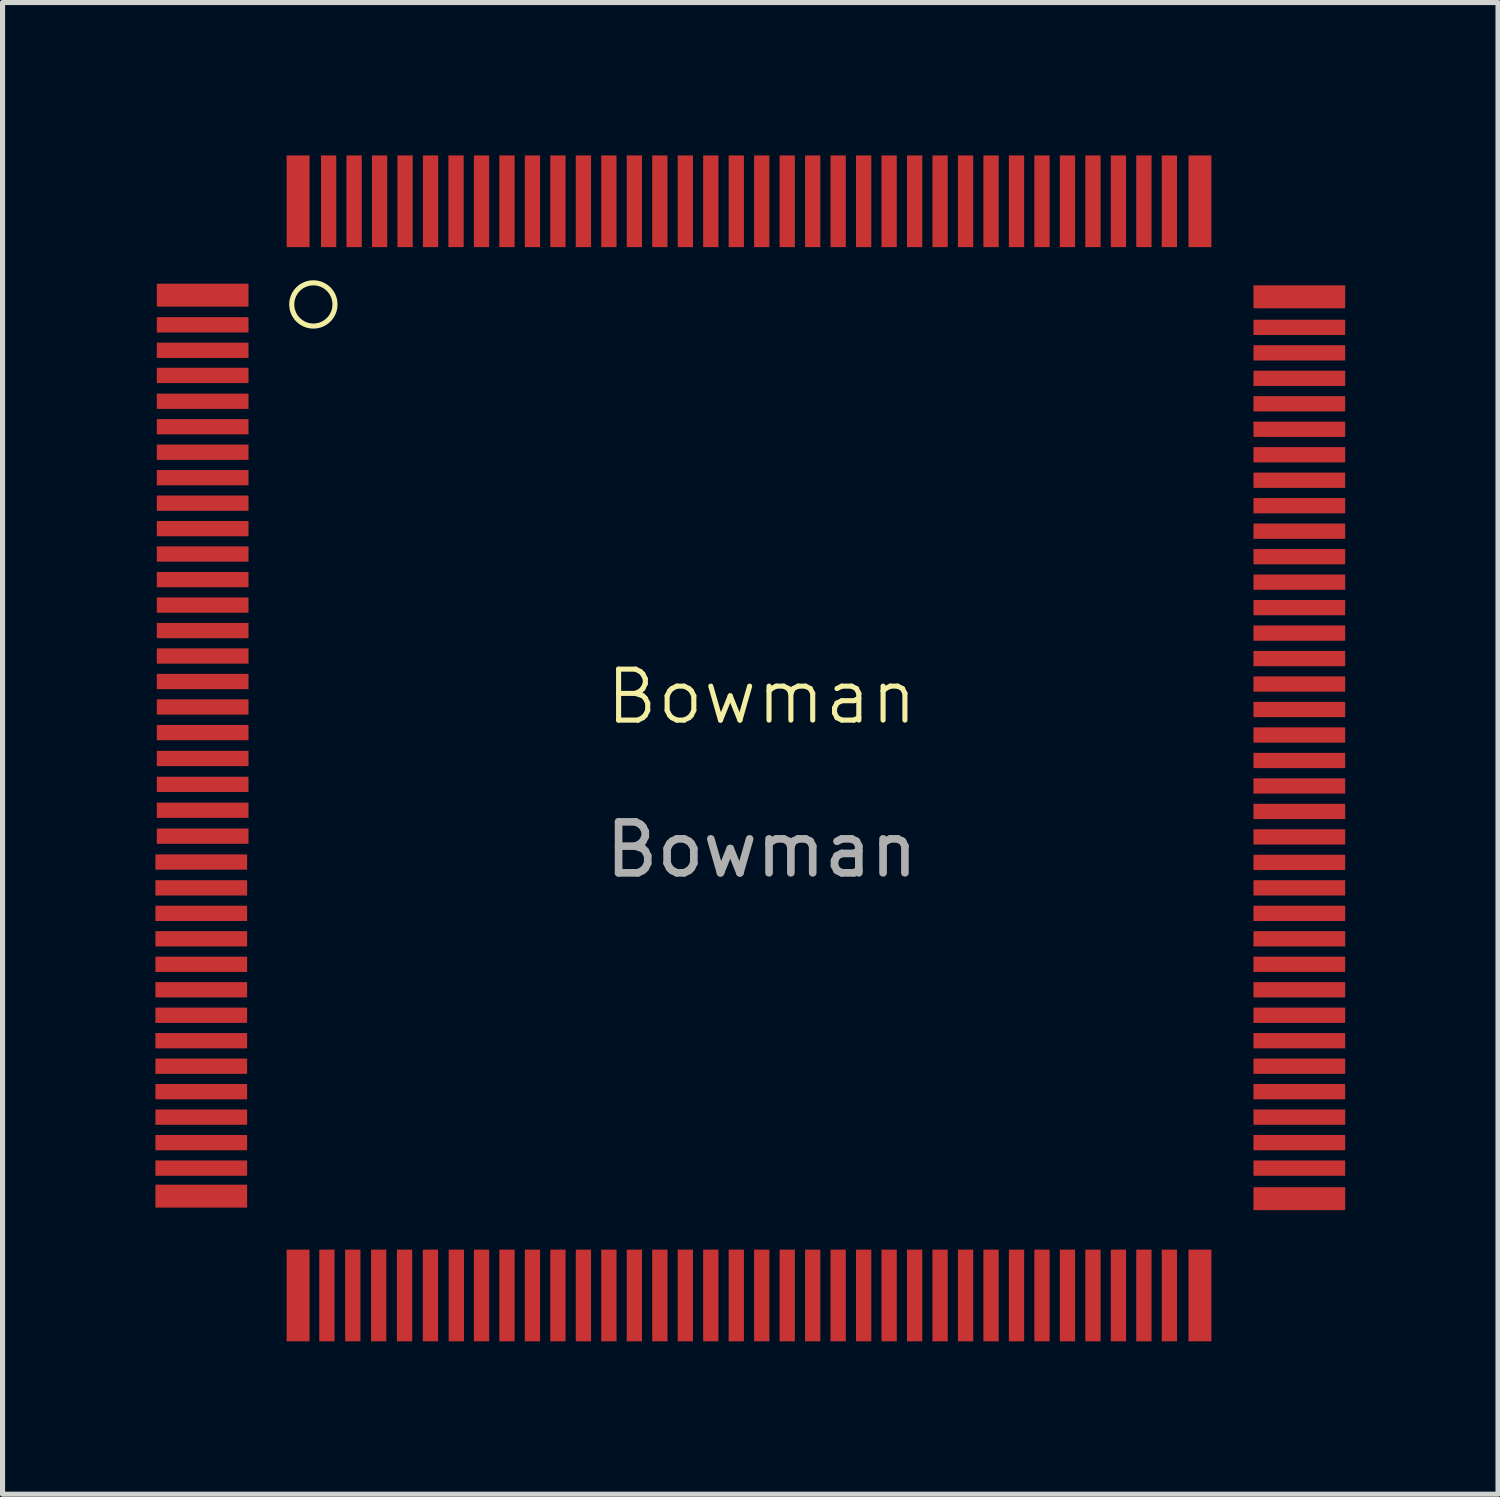
<source format=kicad_pcb>
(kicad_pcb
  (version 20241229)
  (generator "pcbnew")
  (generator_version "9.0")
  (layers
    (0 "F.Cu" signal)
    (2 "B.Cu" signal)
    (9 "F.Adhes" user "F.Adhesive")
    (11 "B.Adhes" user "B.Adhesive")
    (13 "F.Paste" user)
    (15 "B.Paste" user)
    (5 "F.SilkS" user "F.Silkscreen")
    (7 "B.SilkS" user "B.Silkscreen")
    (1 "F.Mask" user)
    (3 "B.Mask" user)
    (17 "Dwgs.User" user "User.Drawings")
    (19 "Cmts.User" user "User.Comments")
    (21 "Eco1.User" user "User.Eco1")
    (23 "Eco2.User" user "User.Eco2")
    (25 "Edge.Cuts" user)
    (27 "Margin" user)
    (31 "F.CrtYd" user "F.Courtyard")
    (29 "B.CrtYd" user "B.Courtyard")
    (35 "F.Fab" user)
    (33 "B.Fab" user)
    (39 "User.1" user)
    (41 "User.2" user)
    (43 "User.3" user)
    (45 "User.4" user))
  (footprint "Bowman"
    (layer "F.Cu")
    (at 11.9 11.125)
    (property "Reference" "Bowman" (at 0 -0.5 0) (unlocked yes) (layer "F.SilkS") (effects (font (size 1 1) (thickness 0.1))))
    (attr smd)
    (fp_circle (center -8.8 -8.2) (end -8.5 -7.9) (stroke (width 0.1) (type default)) (fill no) (layer "F.SilkS"))
    (fp_text user "${REFERENCE}" (at 0 2.5 0) (unlocked yes) (layer "F.Fab") (effects (font (size 1 1) (thickness 0.15))))
    (pad "1" smd rect (at -10.973 -8.382) (size 1.8 0.45) (layers "F.Cu" "F.Mask" "F.Paste"))
    (pad "2" smd rect (at -10.973 -7.8) (size 1.8 0.3) (layers "F.Cu" "F.Mask" "F.Paste"))
    (pad "3" smd rect (at -10.973 -7.3) (size 1.8 0.3) (layers "F.Cu" "F.Mask" "F.Paste"))
    (pad "4" smd rect (at -10.973 -6.807) (size 1.8 0.3) (layers "F.Cu" "F.Mask" "F.Paste"))
    (pad "5" smd rect (at -10.973 -6.3) (size 1.8 0.3) (layers "F.Cu" "F.Mask" "F.Paste"))
    (pad "6" smd rect (at -10.973 -5.8) (size 1.8 0.3) (layers "F.Cu" "F.Mask" "F.Paste"))
    (pad "7" smd rect (at -10.973 -5.3) (size 1.8 0.3) (layers "F.Cu" "F.Mask" "F.Paste"))
    (pad "8" smd rect (at -10.973 -4.8) (size 1.8 0.3) (layers "F.Cu" "F.Mask" "F.Paste"))
    (pad "9" smd rect (at -10.973 -4.3) (size 1.8 0.3) (layers "F.Cu" "F.Mask" "F.Paste"))
    (pad "10" smd rect (at -10.973 -3.8) (size 1.8 0.3) (layers "F.Cu" "F.Mask" "F.Paste"))
    (pad "11" smd rect (at -10.973 -3.302) (size 1.8 0.3) (layers "F.Cu" "F.Mask" "F.Paste"))
    (pad "12" smd rect (at -10.973 -2.8) (size 1.8 0.3) (layers "F.Cu" "F.Mask" "F.Paste"))
    (pad "13" smd rect (at -10.973 -2.3) (size 1.8 0.3) (layers "F.Cu" "F.Mask" "F.Paste"))
    (pad "14" smd rect (at -10.973 -1.8) (size 1.8 0.3) (layers "F.Cu" "F.Mask" "F.Paste"))
    (pad "15" smd rect (at -10.973 -1.3) (size 1.8 0.3) (layers "F.Cu" "F.Mask" "F.Paste"))
    (pad "16" smd rect (at -10.973 -0.8) (size 1.8 0.3) (layers "F.Cu" "F.Mask" "F.Paste"))
    (pad "17" smd rect (at -10.973 -0.3) (size 1.8 0.3) (layers "F.Cu" "F.Mask" "F.Paste"))
    (pad "18" smd rect (at -10.973 0.203) (size 1.8 0.3) (layers "F.Cu" "F.Mask" "F.Paste"))
    (pad "19" smd rect (at -10.973 0.711) (size 1.8 0.3) (layers "F.Cu" "F.Mask" "F.Paste"))
    (pad "20" smd rect (at -10.973 1.219) (size 1.8 0.3) (layers "F.Cu" "F.Mask" "F.Paste"))
    (pad "21" smd rect (at -10.973 1.727) (size 1.8 0.3) (layers "F.Cu" "F.Mask" "F.Paste"))
    (pad "22" smd rect (at -10.973 2.235) (size 1.8 0.3) (layers "F.Cu" "F.Mask" "F.Paste"))
    (pad "23" smd rect (at -11 2.743) (size 1.8 0.3) (layers "F.Cu" "F.Mask" "F.Paste"))
    (pad "24" smd rect (at -11 3.25) (size 1.8 0.3) (layers "F.Cu" "F.Mask" "F.Paste"))
    (pad "25" smd rect (at -11 3.75) (size 1.8 0.3) (layers "F.Cu" "F.Mask" "F.Paste"))
    (pad "26" smd rect (at -11 4.25) (size 1.8 0.3) (layers "F.Cu" "F.Mask" "F.Paste"))
    (pad "27" smd rect (at -11 4.75) (size 1.8 0.3) (layers "F.Cu" "F.Mask" "F.Paste"))
    (pad "28" smd rect (at -11 5.25) (size 1.8 0.3) (layers "F.Cu" "F.Mask" "F.Paste"))
    (pad "29" smd rect (at -11 5.75) (size 1.8 0.3) (layers "F.Cu" "F.Mask" "F.Paste"))
    (pad "30" smd rect (at -11 6.25) (size 1.8 0.3) (layers "F.Cu" "F.Mask" "F.Paste"))
    (pad "31" smd rect (at -11 6.75) (size 1.8 0.3) (layers "F.Cu" "F.Mask" "F.Paste"))
    (pad "32" smd rect (at -11 7.25) (size 1.8 0.3) (layers "F.Cu" "F.Mask" "F.Paste"))
    (pad "33" smd rect (at -11 7.75) (size 1.8 0.3) (layers "F.Cu" "F.Mask" "F.Paste"))
    (pad "34" smd rect (at -11 8.25) (size 1.8 0.3) (layers "F.Cu" "F.Mask" "F.Paste"))
    (pad "35" smd rect (at -11 8.75) (size 1.8 0.3) (layers "F.Cu" "F.Mask" "F.Paste"))
    (pad "36" smd rect (at -11 9.3) (size 1.8 0.45) (layers "F.Cu" "F.Mask" "F.Paste"))
    (pad "37" smd rect (at -9.1 11.25 90) (size 1.8 0.45) (layers "F.Cu" "F.Mask" "F.Paste"))
    (pad "38" smd rect (at -8.534 11.25 90) (size 1.8 0.3) (layers "F.Cu" "F.Mask" "F.Paste"))
    (pad "39" smd rect (at -8.026 11.25 90) (size 1.8 0.3) (layers "F.Cu" "F.Mask" "F.Paste"))
    (pad "40" smd rect (at -7.518 11.25 90) (size 1.8 0.3) (layers "F.Cu" "F.Mask" "F.Paste"))
    (pad "41" smd rect (at -7.01 11.25 90) (size 1.8 0.3) (layers "F.Cu" "F.Mask" "F.Paste"))
    (pad "42" smd rect (at -6.502 11.25 90) (size 1.8 0.3) (layers "F.Cu" "F.Mask" "F.Paste"))
    (pad "43" smd rect (at -5.994 11.25 90) (size 1.8 0.3) (layers "F.Cu" "F.Mask" "F.Paste"))
    (pad "44" smd rect (at -5.5 11.25 90) (size 1.8 0.3) (layers "F.Cu" "F.Mask" "F.Paste"))
    (pad "45" smd rect (at -5 11.25 90) (size 1.8 0.3) (layers "F.Cu" "F.Mask" "F.Paste"))
    (pad "46" smd rect (at -4.5 11.25 90) (size 1.8 0.3) (layers "F.Cu" "F.Mask" "F.Paste"))
    (pad "47" smd rect (at -4 11.25 90) (size 1.8 0.3) (layers "F.Cu" "F.Mask" "F.Paste"))
    (pad "48" smd rect (at -3.5 11.25 90) (size 1.8 0.3) (layers "F.Cu" "F.Mask" "F.Paste"))
    (pad "49" smd rect (at -3 11.25 90) (size 1.8 0.3) (layers "F.Cu" "F.Mask" "F.Paste"))
    (pad "50" smd rect (at -2.5 11.25 90) (size 1.8 0.3) (layers "F.Cu" "F.Mask" "F.Paste"))
    (pad "51" smd rect (at -2 11.25 90) (size 1.8 0.3) (layers "F.Cu" "F.Mask" "F.Paste"))
    (pad "52" smd rect (at -1.5 11.25 90) (size 1.8 0.3) (layers "F.Cu" "F.Mask" "F.Paste"))
    (pad "53" smd rect (at -1 11.25 90) (size 1.8 0.3) (layers "F.Cu" "F.Mask" "F.Paste"))
    (pad "54" smd rect (at -0.5 11.25 90) (size 1.8 0.3) (layers "F.Cu" "F.Mask" "F.Paste"))
    (pad "55" smd rect (at 0 11.25 90) (size 1.8 0.3) (layers "F.Cu" "F.Mask" "F.Paste"))
    (pad "56" smd rect (at 0.5 11.25 90) (size 1.8 0.3) (layers "F.Cu" "F.Mask" "F.Paste"))
    (pad "57" smd rect (at 1 11.25 90) (size 1.8 0.3) (layers "F.Cu" "F.Mask" "F.Paste"))
    (pad "58" smd rect (at 1.5 11.25 90) (size 1.8 0.3) (layers "F.Cu" "F.Mask" "F.Paste"))
    (pad "59" smd rect (at 2 11.25 90) (size 1.8 0.3) (layers "F.Cu" "F.Mask" "F.Paste"))
    (pad "60" smd rect (at 2.5 11.25 90) (size 1.8 0.3) (layers "F.Cu" "F.Mask" "F.Paste"))
    (pad "61" smd rect (at 3 11.25 90) (size 1.8 0.3) (layers "F.Cu" "F.Mask" "F.Paste"))
    (pad "62" smd rect (at 3.5 11.25 90) (size 1.8 0.3) (layers "F.Cu" "F.Mask" "F.Paste"))
    (pad "63" smd rect (at 4 11.25 90) (size 1.8 0.3) (layers "F.Cu" "F.Mask" "F.Paste"))
    (pad "64" smd rect (at 4.5 11.25 90) (size 1.8 0.3) (layers "F.Cu" "F.Mask" "F.Paste"))
    (pad "65" smd rect (at 5 11.25 90) (size 1.8 0.3) (layers "F.Cu" "F.Mask" "F.Paste"))
    (pad "66" smd rect (at 5.5 11.25 90) (size 1.8 0.3) (layers "F.Cu" "F.Mask" "F.Paste"))
    (pad "67" smd rect (at 6 11.25 90) (size 1.8 0.3) (layers "F.Cu" "F.Mask" "F.Paste"))
    (pad "68" smd rect (at 6.5 11.25 90) (size 1.8 0.3) (layers "F.Cu" "F.Mask" "F.Paste"))
    (pad "69" smd rect (at 7 11.25 90) (size 1.8 0.3) (layers "F.Cu" "F.Mask" "F.Paste"))
    (pad "70" smd rect (at 7.5 11.25 90) (size 1.8 0.3) (layers "F.Cu" "F.Mask" "F.Paste"))
    (pad "71" smd rect (at 8 11.25 90) (size 1.8 0.3) (layers "F.Cu" "F.Mask" "F.Paste"))
    (pad "72" smd rect (at 8.6 11.25 90) (size 1.8 0.45) (layers "F.Cu" "F.Mask" "F.Paste"))
    (pad "73" smd rect (at 10.55 9.35 180) (size 1.8 0.45) (layers "F.Cu" "F.Mask" "F.Paste"))
    (pad "74" smd rect (at 10.55 8.75 180) (size 1.8 0.3) (layers "F.Cu" "F.Mask" "F.Paste"))
    (pad "75" smd rect (at 10.55 8.25 180) (size 1.8 0.3) (layers "F.Cu" "F.Mask" "F.Paste"))
    (pad "76" smd rect (at 10.55 7.75 180) (size 1.8 0.3) (layers "F.Cu" "F.Mask" "F.Paste"))
    (pad "77" smd rect (at 10.55 7.25 180) (size 1.8 0.3) (layers "F.Cu" "F.Mask" "F.Paste"))
    (pad "78" smd rect (at 10.55 6.75 180) (size 1.8 0.3) (layers "F.Cu" "F.Mask" "F.Paste"))
    (pad "79" smd rect (at 10.55 6.25 180) (size 1.8 0.3) (layers "F.Cu" "F.Mask" "F.Paste"))
    (pad "80" smd rect (at 10.55 5.75 180) (size 1.8 0.3) (layers "F.Cu" "F.Mask" "F.Paste"))
    (pad "81" smd rect (at 10.55 5.25 180) (size 1.8 0.3) (layers "F.Cu" "F.Mask" "F.Paste"))
    (pad "82" smd rect (at 10.55 4.75 180) (size 1.8 0.3) (layers "F.Cu" "F.Mask" "F.Paste"))
    (pad "83" smd rect (at 10.55 4.25 180) (size 1.8 0.3) (layers "F.Cu" "F.Mask" "F.Paste"))
    (pad "84" smd rect (at 10.55 3.75 180) (size 1.8 0.3) (layers "F.Cu" "F.Mask" "F.Paste"))
    (pad "85" smd rect (at 10.55 3.25 180) (size 1.8 0.3) (layers "F.Cu" "F.Mask" "F.Paste"))
    (pad "86" smd rect (at 10.55 2.75 180) (size 1.8 0.3) (layers "F.Cu" "F.Mask" "F.Paste"))
    (pad "87" smd rect (at 10.55 2.25 180) (size 1.8 0.3) (layers "F.Cu" "F.Mask" "F.Paste"))
    (pad "88" smd rect (at 10.55 1.75 180) (size 1.8 0.3) (layers "F.Cu" "F.Mask" "F.Paste"))
    (pad "89" smd rect (at 10.55 1.25 180) (size 1.8 0.3) (layers "F.Cu" "F.Mask" "F.Paste"))
    (pad "90" smd rect (at 10.55 0.75 180) (size 1.8 0.3) (layers "F.Cu" "F.Mask" "F.Paste"))
    (pad "91" smd rect (at 10.55 0.25 180) (size 1.8 0.3) (layers "F.Cu" "F.Mask" "F.Paste"))
    (pad "92" smd rect (at 10.55 -0.25 180) (size 1.8 0.3) (layers "F.Cu" "F.Mask" "F.Paste"))
    (pad "93" smd rect (at 10.55 -0.75 180) (size 1.8 0.3) (layers "F.Cu" "F.Mask" "F.Paste"))
    (pad "94" smd rect (at 10.55 -1.25 180) (size 1.8 0.3) (layers "F.Cu" "F.Mask" "F.Paste"))
    (pad "95" smd rect (at 10.55 -1.75 180) (size 1.8 0.3) (layers "F.Cu" "F.Mask" "F.Paste"))
    (pad "96" smd rect (at 10.55 -2.25 180) (size 1.8 0.3) (layers "F.Cu" "F.Mask" "F.Paste"))
    (pad "97" smd rect (at 10.55 -2.75 180) (size 1.8 0.3) (layers "F.Cu" "F.Mask" "F.Paste"))
    (pad "98" smd rect (at 10.55 -3.25 180) (size 1.8 0.3) (layers "F.Cu" "F.Mask" "F.Paste"))
    (pad "99" smd rect (at 10.55 -3.75 180) (size 1.8 0.3) (layers "F.Cu" "F.Mask" "F.Paste"))
    (pad "100" smd rect (at 10.55 -4.25 180) (size 1.8 0.3) (layers "F.Cu" "F.Mask" "F.Paste"))
    (pad "101" smd rect (at 10.55 -4.75 180) (size 1.8 0.3) (layers "F.Cu" "F.Mask" "F.Paste"))
    (pad "102" smd rect (at 10.55 -5.25 180) (size 1.8 0.3) (layers "F.Cu" "F.Mask" "F.Paste"))
    (pad "103" smd rect (at 10.55 -5.75 180) (size 1.8 0.3) (layers "F.Cu" "F.Mask" "F.Paste"))
    (pad "104" smd rect (at 10.55 -6.25 180) (size 1.8 0.3) (layers "F.Cu" "F.Mask" "F.Paste"))
    (pad "105" smd rect (at 10.55 -6.75 180) (size 1.8 0.3) (layers "F.Cu" "F.Mask" "F.Paste"))
    (pad "106" smd rect (at 10.55 -7.25 180) (size 1.8 0.3) (layers "F.Cu" "F.Mask" "F.Paste"))
    (pad "107" smd rect (at 10.55 -7.75 180) (size 1.8 0.3) (layers "F.Cu" "F.Mask" "F.Paste"))
    (pad "108" smd rect (at 10.55 -8.35 180) (size 1.8 0.45) (layers "F.Cu" "F.Mask" "F.Paste"))
    (pad "109" smd rect (at 8.6 -10.225 270) (size 1.8 0.45) (layers "F.Cu" "F.Mask" "F.Paste"))
    (pad "110" smd rect (at 8 -10.225 270) (size 1.8 0.3) (layers "F.Cu" "F.Mask" "F.Paste"))
    (pad "111" smd rect (at 7.5 -10.225 270) (size 1.8 0.3) (layers "F.Cu" "F.Mask" "F.Paste"))
    (pad "112" smd rect (at 7 -10.225 270) (size 1.8 0.3) (layers "F.Cu" "F.Mask" "F.Paste"))
    (pad "113" smd rect (at 6.5 -10.225 270) (size 1.8 0.3) (layers "F.Cu" "F.Mask" "F.Paste"))
    (pad "114" smd rect (at 6 -10.225 270) (size 1.8 0.3) (layers "F.Cu" "F.Mask" "F.Paste"))
    (pad "115" smd rect (at 5.5 -10.225 270) (size 1.8 0.3) (layers "F.Cu" "F.Mask" "F.Paste"))
    (pad "116" smd rect (at 5 -10.225 270) (size 1.8 0.3) (layers "F.Cu" "F.Mask" "F.Paste"))
    (pad "117" smd rect (at 4.5 -10.225 270) (size 1.8 0.3) (layers "F.Cu" "F.Mask" "F.Paste"))
    (pad "118" smd rect (at 4 -10.225 270) (size 1.8 0.3) (layers "F.Cu" "F.Mask" "F.Paste"))
    (pad "119" smd rect (at 3.5 -10.225 270) (size 1.8 0.3) (layers "F.Cu" "F.Mask" "F.Paste"))
    (pad "120" smd rect (at 3 -10.225 270) (size 1.8 0.3) (layers "F.Cu" "F.Mask" "F.Paste"))
    (pad "121" smd rect (at 2.5 -10.225 270) (size 1.8 0.3) (layers "F.Cu" "F.Mask" "F.Paste"))
    (pad "122" smd rect (at 2 -10.225 270) (size 1.8 0.3) (layers "F.Cu" "F.Mask" "F.Paste"))
    (pad "123" smd rect (at 1.5 -10.225 270) (size 1.8 0.3) (layers "F.Cu" "F.Mask" "F.Paste"))
    (pad "124" smd rect (at 1 -10.225 270) (size 1.8 0.3) (layers "F.Cu" "F.Mask" "F.Paste"))
    (pad "125" smd rect (at 0.5 -10.225 270) (size 1.8 0.3) (layers "F.Cu" "F.Mask" "F.Paste"))
    (pad "126" smd rect (at 0 -10.225 270) (size 1.8 0.3) (layers "F.Cu" "F.Mask" "F.Paste"))
    (pad "127" smd rect (at -0.5 -10.225 270) (size 1.8 0.3) (layers "F.Cu" "F.Mask" "F.Paste"))
    (pad "128" smd rect (at -1 -10.225 270) (size 1.8 0.3) (layers "F.Cu" "F.Mask" "F.Paste"))
    (pad "129" smd rect (at -1.5 -10.225 270) (size 1.8 0.3) (layers "F.Cu" "F.Mask" "F.Paste"))
    (pad "130" smd rect (at -2 -10.225 270) (size 1.8 0.3) (layers "F.Cu" "F.Mask" "F.Paste"))
    (pad "131" smd rect (at -2.5 -10.225 270) (size 1.8 0.3) (layers "F.Cu" "F.Mask" "F.Paste"))
    (pad "132" smd rect (at -3 -10.225 270) (size 1.8 0.3) (layers "F.Cu" "F.Mask" "F.Paste"))
    (pad "133" smd rect (at -3.5 -10.225 270) (size 1.8 0.3) (layers "F.Cu" "F.Mask" "F.Paste"))
    (pad "134" smd rect (at -4 -10.225 270) (size 1.8 0.3) (layers "F.Cu" "F.Mask" "F.Paste"))
    (pad "135" smd rect (at -4.5 -10.225 270) (size 1.8 0.3) (layers "F.Cu" "F.Mask" "F.Paste"))
    (pad "136" smd rect (at -5 -10.225 270) (size 1.8 0.3) (layers "F.Cu" "F.Mask" "F.Paste"))
    (pad "137" smd rect (at -5.5 -10.225 270) (size 1.8 0.3) (layers "F.Cu" "F.Mask" "F.Paste"))
    (pad "138" smd rect (at -6 -10.225 270) (size 1.8 0.3) (layers "F.Cu" "F.Mask" "F.Paste"))
    (pad "139" smd rect (at -6.5 -10.225 270) (size 1.8 0.3) (layers "F.Cu" "F.Mask" "F.Paste"))
    (pad "140" smd rect (at -7 -10.225 270) (size 1.8 0.3) (layers "F.Cu" "F.Mask" "F.Paste"))
    (pad "141" smd rect (at -7.5 -10.225 270) (size 1.8 0.3) (layers "F.Cu" "F.Mask" "F.Paste"))
    (pad "142" smd rect (at -8 -10.225 270) (size 1.8 0.3) (layers "F.Cu" "F.Mask" "F.Paste"))
    (pad "143" smd rect (at -8.5 -10.225 270) (size 1.8 0.3) (layers "F.Cu" "F.Mask" "F.Paste"))
    (pad "144" smd rect (at -9.1 -10.225 270) (size 1.8 0.45) (layers "F.Cu" "F.Mask" "F.Paste")))
  (gr_rect
    (start -3 -3)
    (end 26.35 26.275)
    (stroke (width 0.1) (type default))
    (fill no)
    (layer "Edge.Cuts")))
</source>
